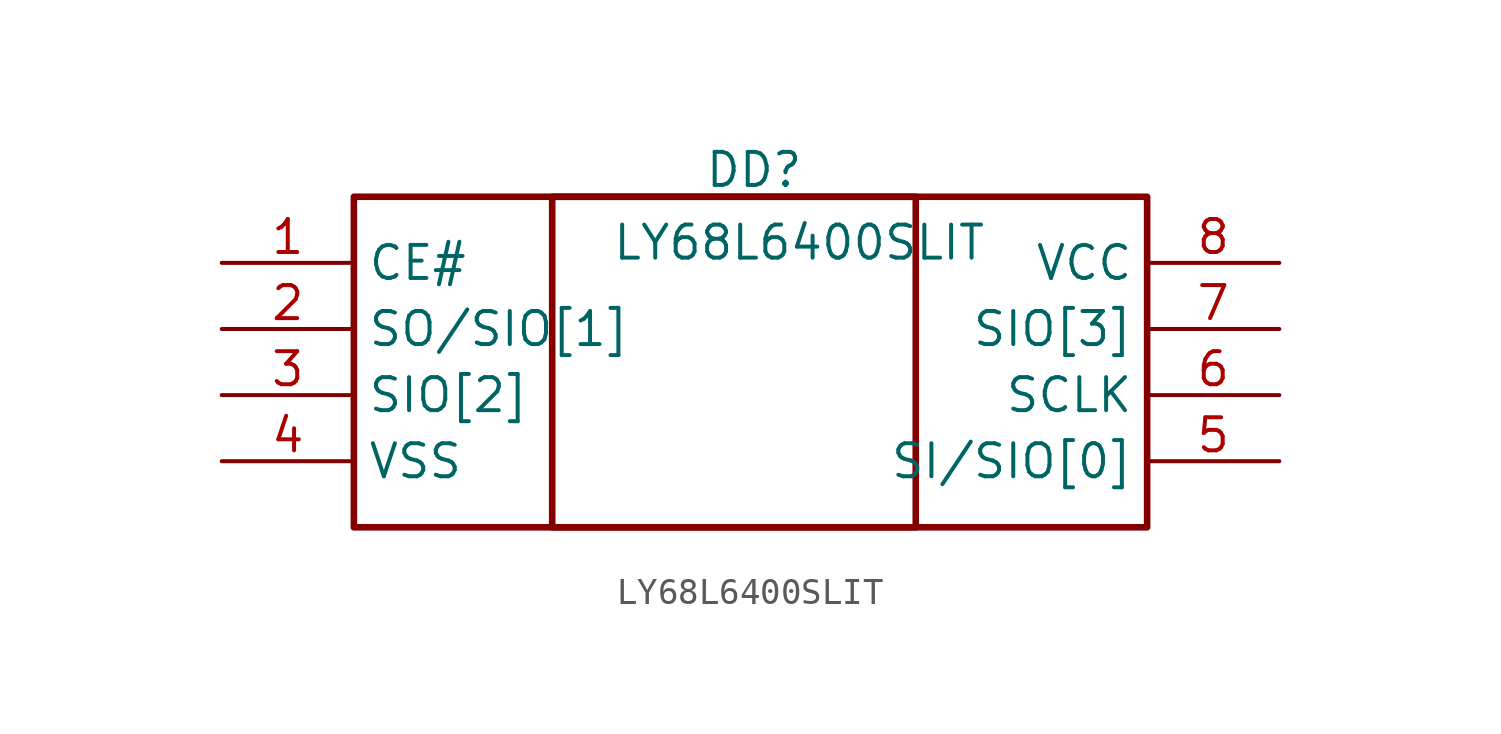
<source format=kicad_sym>
(kicad_symbol_lib
  (version 20241209)
  (generator "kicad_symbol_editor")
  (generator_version "9.0")
  (symbol "LY68L6400SLIT"
    (property "Reference" "DD"
      (at 18.542 4.318 0)
      (effects (font (size 1.27 1.27)) (justify left top)))
    (property "Value" "LY68L6400SLIT"
      (at 14.986 1.524 0)
      (effects (font (size 1.27 1.27)) (justify left top)))
    (symbol "LY68L6400SLIT_1_1"
      (rectangle (start 5.08 2.54) (end 35.56 -10.16) (stroke (width 0.254) (type default)) (fill (type none)))
      (rectangle (start 12.7 2.54) (end 26.67 -10.16) (stroke (width 0.254) (type default)) (fill (type none)))
      (pin passive line (at 0 0 0) (length 5.08) (name "CE#" (effects (font (size 1.27 1.27)))) (number "1" (effects (font (size 1.27 1.27)))))
      (pin passive line (at 0 -2.54 0) (length 5.08) (name "SO/SIO[1]" (effects (font (size 1.27 1.27)))) (number "2" (effects (font (size 1.27 1.27)))))
      (pin passive line (at 0 -5.08 0) (length 5.08) (name "SIO[2]" (effects (font (size 1.27 1.27)))) (number "3" (effects (font (size 1.27 1.27)))))
      (pin passive line (at 0 -7.62 0) (length 5.08) (name "VSS" (effects (font (size 1.27 1.27)))) (number "4" (effects (font (size 1.27 1.27)))))
      (pin passive line (at 40.64 0 180) (length 5.08) (name "VCC" (effects (font (size 1.27 1.27)))) (number "8" (effects (font (size 1.27 1.27)))))
      (pin passive line (at 40.64 -2.54 180) (length 5.08) (name "SIO[3]" (effects (font (size 1.27 1.27)))) (number "7" (effects (font (size 1.27 1.27)))))
      (pin passive line (at 40.64 -5.08 180) (length 5.08) (name "SCLK" (effects (font (size 1.27 1.27)))) (number "6" (effects (font (size 1.27 1.27)))))
      (pin passive line (at 40.64 -7.62 180) (length 5.08) (name "SI/SIO[0]" (effects (font (size 1.27 1.27)))) (number "5" (effects (font (size 1.27 1.27))))))))
</source>
